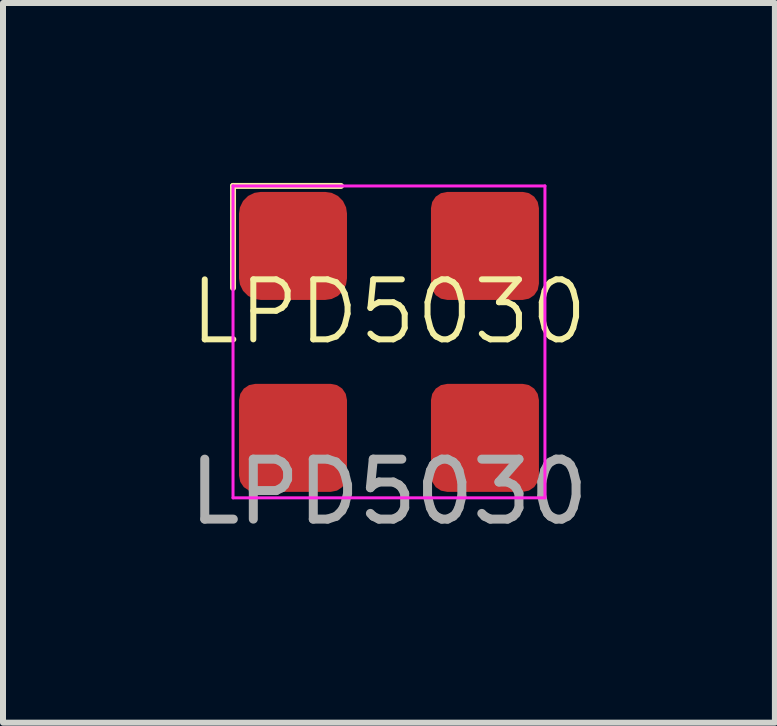
<source format=kicad_pcb>
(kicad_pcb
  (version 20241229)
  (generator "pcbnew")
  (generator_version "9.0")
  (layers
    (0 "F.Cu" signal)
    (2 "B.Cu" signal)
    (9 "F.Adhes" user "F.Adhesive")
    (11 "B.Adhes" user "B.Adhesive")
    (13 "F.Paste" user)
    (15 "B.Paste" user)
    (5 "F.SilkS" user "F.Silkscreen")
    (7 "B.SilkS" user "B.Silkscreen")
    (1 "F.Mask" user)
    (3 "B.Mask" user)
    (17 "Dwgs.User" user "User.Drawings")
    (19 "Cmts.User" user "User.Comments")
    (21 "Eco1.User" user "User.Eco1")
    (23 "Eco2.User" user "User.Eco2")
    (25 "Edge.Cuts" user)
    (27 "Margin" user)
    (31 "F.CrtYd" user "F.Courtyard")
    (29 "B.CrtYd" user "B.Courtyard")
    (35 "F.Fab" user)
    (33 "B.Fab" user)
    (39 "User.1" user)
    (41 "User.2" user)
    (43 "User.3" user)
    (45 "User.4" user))
  (footprint "LPD5030"
    (layer "F.Cu")
    (at 3.435 2.65)
    (property "Reference" "LPD5030" (at 0 -0.5 0) (unlocked yes) (layer "F.SilkS") (effects (font (size 1 1) (thickness 0.1))))
    (attr smd)
    (fp_line (start -2.6 -2.6) (end -0.8 -2.6) (stroke (width 0.1) (type default)) (layer "F.SilkS"))
    (fp_line (start -2.6 -0.9) (end -2.6 -2.6) (stroke (width 0.1) (type default)) (layer "F.SilkS"))
    (fp_line (start -2.6 -2.6) (end 2.6 -2.6) (stroke (width 0.05) (type default)) (layer "F.CrtYd"))
    (fp_line (start -2.6 2.6) (end -2.6 -2.6) (stroke (width 0.05) (type default)) (layer "F.CrtYd"))
    (fp_line (start 2.6 -2.6) (end 2.6 2.6) (stroke (width 0.05) (type default)) (layer "F.CrtYd"))
    (fp_line (start 2.6 2.6) (end -2.6 2.6) (stroke (width 0.05) (type default)) (layer "F.CrtYd"))
    (fp_text user "${REFERENCE}" (at 0 2.5 0) (unlocked yes) (layer "F.Fab") (effects (font (size 1 1) (thickness 0.15))))
    (pad "1" smd roundrect (at -1.6 -1.6) (size 1.8 1.8) (layers "F.Cu" "F.Mask" "F.Paste") (roundrect_rratio 0.2))
    (pad "2" smd roundrect (at -1.6 1.6) (size 1.8 1.8) (layers "F.Cu" "F.Mask" "F.Paste") (roundrect_rratio 0.15))
    (pad "3" smd roundrect (at 1.6 1.6) (size 1.8 1.8) (layers "F.Cu" "F.Mask" "F.Paste") (roundrect_rratio 0.15))
    (pad "4" smd roundrect (at 1.6 -1.6) (size 1.8 1.8) (layers "F.Cu" "F.Mask" "F.Paste") (roundrect_rratio 0.15)))
  (gr_rect
    (start -3 -3)
    (end 9.869 8.998)
    (stroke (width 0.1) (type default))
    (fill no)
    (layer "Edge.Cuts")))
</source>
